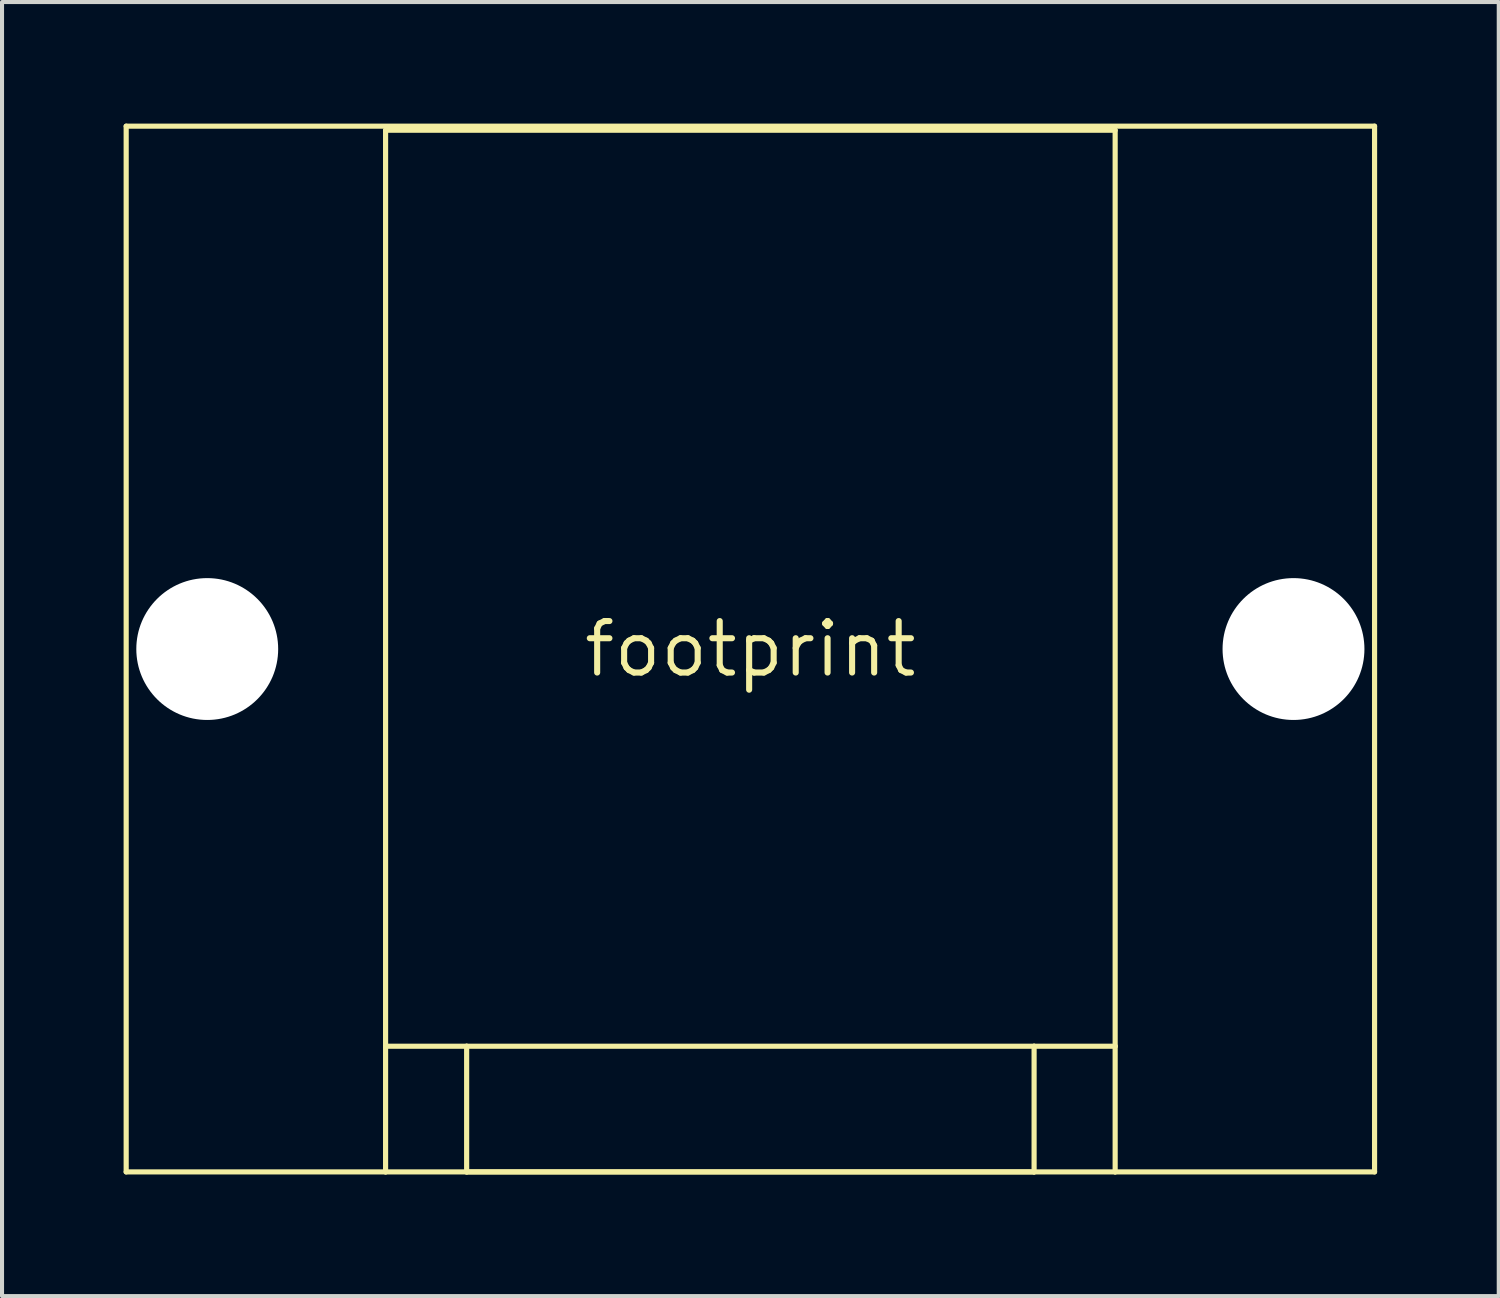
<source format=kicad_pcb>
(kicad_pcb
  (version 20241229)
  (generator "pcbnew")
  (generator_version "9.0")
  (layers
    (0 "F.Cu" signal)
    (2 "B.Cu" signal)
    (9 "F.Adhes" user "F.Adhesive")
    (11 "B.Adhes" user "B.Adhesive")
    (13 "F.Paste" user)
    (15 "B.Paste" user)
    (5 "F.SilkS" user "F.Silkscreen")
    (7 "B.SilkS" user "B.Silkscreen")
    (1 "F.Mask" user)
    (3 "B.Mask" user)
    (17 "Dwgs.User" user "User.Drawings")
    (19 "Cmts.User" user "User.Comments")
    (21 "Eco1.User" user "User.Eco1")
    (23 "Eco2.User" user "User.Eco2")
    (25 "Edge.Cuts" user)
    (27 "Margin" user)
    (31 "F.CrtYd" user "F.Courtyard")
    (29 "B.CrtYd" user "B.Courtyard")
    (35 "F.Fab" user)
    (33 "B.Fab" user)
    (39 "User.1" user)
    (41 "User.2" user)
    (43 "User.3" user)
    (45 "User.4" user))
  (footprint "footprint"
    (layer "F.Cu")
    (at 15.463 12.963)
    (property "Reference" "footprint" (at 0 0 0) (layer "F.SilkS") (effects (font (size 1.27 1.27) (thickness 0.15))))
    (fp_line (start -15.4 -12.9) (end -15.4 12.9) (stroke (width 0.127) (type solid)) (layer "F.SilkS"))
    (fp_line (start -15.4 12.9) (end -9 12.9) (stroke (width 0.127) (type solid)) (layer "F.SilkS"))
    (fp_line (start -9 -12.8) (end 9 -12.8) (stroke (width 0.127) (type solid)) (layer "F.SilkS"))
    (fp_line (start -9 9.8) (end -9 -12.8) (stroke (width 0.127) (type solid)) (layer "F.SilkS"))
    (fp_line (start -9 9.8) (end -7 9.8) (stroke (width 0.127) (type solid)) (layer "F.SilkS"))
    (fp_line (start -9 12.9) (end -9 9.8) (stroke (width 0.127) (type solid)) (layer "F.SilkS"))
    (fp_line (start -9 12.9) (end -7 12.9) (stroke (width 0.127) (type solid)) (layer "F.SilkS"))
    (fp_line (start -7 9.8) (end -7 12.9) (stroke (width 0.127) (type solid)) (layer "F.SilkS"))
    (fp_line (start -7 9.8) (end 7 9.8) (stroke (width 0.127) (type solid)) (layer "F.SilkS"))
    (fp_line (start -7 12.9) (end 7 12.9) (stroke (width 0.127) (type solid)) (layer "F.SilkS"))
    (fp_line (start -7 12.9) (end 7 12.9) (stroke (width 0.127) (type solid)) (layer "F.SilkS"))
    (fp_line (start 7 9.8) (end 9 9.8) (stroke (width 0.127) (type solid)) (layer "F.SilkS"))
    (fp_line (start 7 12.9) (end 7 9.8) (stroke (width 0.127) (type solid)) (layer "F.SilkS"))
    (fp_line (start 7 12.9) (end 9 12.9) (stroke (width 0.127) (type solid)) (layer "F.SilkS"))
    (fp_line (start 9 -12.8) (end 9 9.8) (stroke (width 0.127) (type solid)) (layer "F.SilkS"))
    (fp_line (start 9 9.8) (end 9 12.9) (stroke (width 0.127) (type solid)) (layer "F.SilkS"))
    (fp_line (start 9 12.9) (end 15.4 12.9) (stroke (width 0.127) (type solid)) (layer "F.SilkS"))
    (fp_line (start 15.4 -12.9) (end -15.4 -12.9) (stroke (width 0.127) (type solid)) (layer "F.SilkS"))
    (fp_line (start 15.4 12.9) (end 15.4 -12.9) (stroke (width 0.127) (type solid)) (layer "F.SilkS"))
    (pad "" np_thru_hole circle (at -13.4 0) (size 3.5 3.5) (drill 3.5) (layers "*.Cu" "*.Mask"))
    (pad "" np_thru_hole circle (at 13.4 0) (size 3.5 3.5) (drill 3.5) (layers "*.Cu" "*.Mask")))
  (gr_rect
    (start -3 -3)
    (end 33.927 28.927)
    (stroke (width 0.1) (type default))
    (fill no)
    (layer "Edge.Cuts")))
</source>
